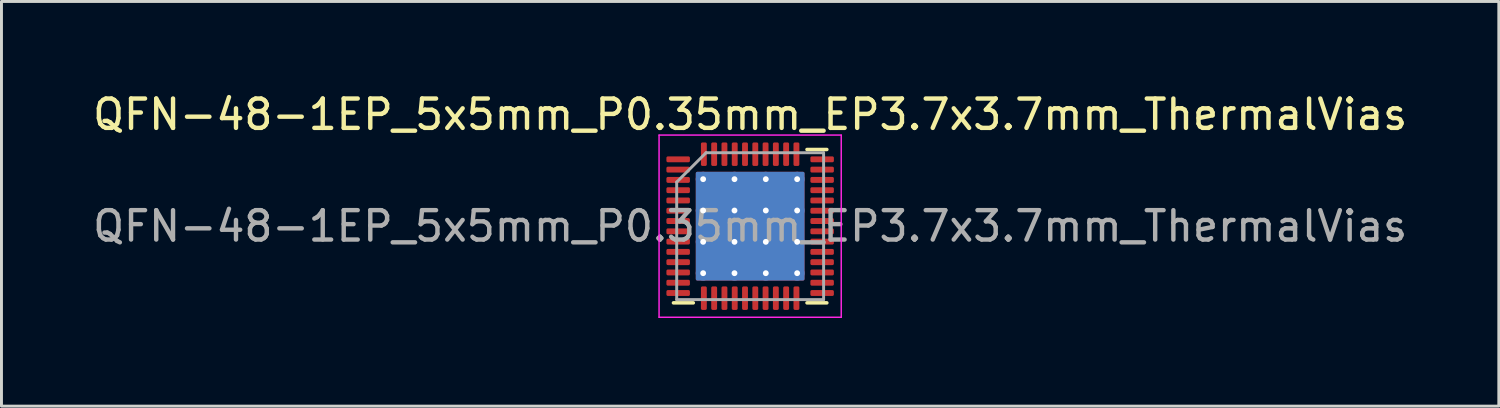
<source format=kicad_pcb>
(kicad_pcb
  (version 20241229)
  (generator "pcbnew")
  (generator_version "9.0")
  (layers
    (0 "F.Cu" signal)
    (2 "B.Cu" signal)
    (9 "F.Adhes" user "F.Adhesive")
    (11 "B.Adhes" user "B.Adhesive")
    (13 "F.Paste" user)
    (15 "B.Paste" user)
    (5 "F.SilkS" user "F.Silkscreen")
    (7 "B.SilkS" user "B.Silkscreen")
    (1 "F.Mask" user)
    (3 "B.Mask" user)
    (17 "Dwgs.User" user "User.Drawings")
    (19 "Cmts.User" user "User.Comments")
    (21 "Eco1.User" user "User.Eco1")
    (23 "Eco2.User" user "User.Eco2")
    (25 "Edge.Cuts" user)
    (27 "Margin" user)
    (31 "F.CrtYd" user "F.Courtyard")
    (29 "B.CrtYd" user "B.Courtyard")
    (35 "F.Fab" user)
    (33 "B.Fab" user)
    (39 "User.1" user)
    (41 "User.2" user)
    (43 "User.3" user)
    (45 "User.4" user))
  (footprint "QFN-48-1EP_5x5mm_P0.35mm_EP3.7x3.7mm_ThermalVias"
    (layer "F.Cu")
    (at 22.482 4.648)
    (property "Reference" "QFN-48-1EP_5x5mm_P0.35mm_EP3.7x3.7mm_ThermalVias" (at 0 -3.8 0) (layer "F.SilkS") (effects (font (size 1 1) (thickness 0.15))))
    (attr smd)
    (fp_line (start -1.935 2.61) (end -2.61 2.61) (stroke (width 0.12) (type solid)) (layer "F.SilkS"))
    (fp_line (start 1.935 -2.61) (end 2.61 -2.61) (stroke (width 0.12) (type solid)) (layer "F.SilkS"))
    (fp_line (start 1.935 2.61) (end 2.61 2.61) (stroke (width 0.12) (type solid)) (layer "F.SilkS"))
    (fp_line (start -3.1 -3.1) (end -3.1 3.1) (stroke (width 0.05) (type solid)) (layer "F.CrtYd"))
    (fp_line (start -3.1 3.1) (end 3.1 3.1) (stroke (width 0.05) (type solid)) (layer "F.CrtYd"))
    (fp_line (start 3.1 -3.1) (end -3.1 -3.1) (stroke (width 0.05) (type solid)) (layer "F.CrtYd"))
    (fp_line (start 3.1 3.1) (end 3.1 -3.1) (stroke (width 0.05) (type solid)) (layer "F.CrtYd"))
    (fp_line (start -2.5 -1.5) (end -1.5 -2.5) (stroke (width 0.1) (type solid)) (layer "F.Fab"))
    (fp_line (start -2.5 2.5) (end -2.5 -1.5) (stroke (width 0.1) (type solid)) (layer "F.Fab"))
    (fp_line (start -1.5 -2.5) (end 2.5 -2.5) (stroke (width 0.1) (type solid)) (layer "F.Fab"))
    (fp_line (start 2.5 -2.5) (end 2.5 2.5) (stroke (width 0.1) (type solid)) (layer "F.Fab"))
    (fp_line (start 2.5 2.5) (end -2.5 2.5) (stroke (width 0.1) (type solid)) (layer "F.Fab"))
    (fp_text user "${REFERENCE}" (at 0 0 0) (layer "F.Fab") (effects (font (size 1 1) (thickness 0.15))))
    (pad "" smd custom (at -1.067 -1.067) (size 0.834 0.834) (layers "F.Paste") (options (anchor circle)) (primitives (gr_poly (pts (xy -0.478 -0.306) (xy -0.306 -0.478) (xy 0.306 -0.478) (xy 0.478 -0.306) (xy 0.478 0.306) (xy 0.306 0.478) (xy -0.306 0.478) (xy -0.478 0.306)) (width 0) (fill yes))))
    (pad "" smd custom (at -1.067 0) (size 0.834 0.834) (layers "F.Paste") (options (anchor circle)) (primitives (gr_poly (pts (xy -0.478 -0.306) (xy -0.306 -0.478) (xy 0.306 -0.478) (xy 0.478 -0.306) (xy 0.478 0.306) (xy 0.306 0.478) (xy -0.306 0.478) (xy -0.478 0.306)) (width 0) (fill yes))))
    (pad "" smd custom (at -1.067 1.067) (size 0.834 0.834) (layers "F.Paste") (options (anchor circle)) (primitives (gr_poly (pts (xy -0.478 -0.306) (xy -0.306 -0.478) (xy 0.306 -0.478) (xy 0.478 -0.306) (xy 0.478 0.306) (xy 0.306 0.478) (xy -0.306 0.478) (xy -0.478 0.306)) (width 0) (fill yes))))
    (pad "" smd custom (at 0 -1.067) (size 0.834 0.834) (layers "F.Paste") (options (anchor circle)) (primitives (gr_poly (pts (xy -0.478 -0.306) (xy -0.306 -0.478) (xy 0.306 -0.478) (xy 0.478 -0.306) (xy 0.478 0.306) (xy 0.306 0.478) (xy -0.306 0.478) (xy -0.478 0.306)) (width 0) (fill yes))))
    (pad "" smd custom (at 0 0) (size 0.834 0.834) (layers "F.Paste") (options (anchor circle)) (primitives (gr_poly (pts (xy -0.478 -0.306) (xy -0.306 -0.478) (xy 0.306 -0.478) (xy 0.478 -0.306) (xy 0.478 0.306) (xy 0.306 0.478) (xy -0.306 0.478) (xy -0.478 0.306)) (width 0) (fill yes))))
    (pad "" smd custom (at 0 1.067) (size 0.834 0.834) (layers "F.Paste") (options (anchor circle)) (primitives (gr_poly (pts (xy -0.478 -0.306) (xy -0.306 -0.478) (xy 0.306 -0.478) (xy 0.478 -0.306) (xy 0.478 0.306) (xy 0.306 0.478) (xy -0.306 0.478) (xy -0.478 0.306)) (width 0) (fill yes))))
    (pad "" smd custom (at 1.067 -1.067) (size 0.834 0.834) (layers "F.Paste") (options (anchor circle)) (primitives (gr_poly (pts (xy -0.478 -0.306) (xy -0.306 -0.478) (xy 0.306 -0.478) (xy 0.478 -0.306) (xy 0.478 0.306) (xy 0.306 0.478) (xy -0.306 0.478) (xy -0.478 0.306)) (width 0) (fill yes))))
    (pad "" smd custom (at 1.067 0) (size 0.834 0.834) (layers "F.Paste") (options (anchor circle)) (primitives (gr_poly (pts (xy -0.478 -0.306) (xy -0.306 -0.478) (xy 0.306 -0.478) (xy 0.478 -0.306) (xy 0.478 0.306) (xy 0.306 0.478) (xy -0.306 0.478) (xy -0.478 0.306)) (width 0) (fill yes))))
    (pad "" smd custom (at 1.067 1.067) (size 0.834 0.834) (layers "F.Paste") (options (anchor circle)) (primitives (gr_poly (pts (xy -0.478 -0.306) (xy -0.306 -0.478) (xy 0.306 -0.478) (xy 0.478 -0.306) (xy 0.478 0.306) (xy 0.306 0.478) (xy -0.306 0.478) (xy -0.478 0.306)) (width 0) (fill yes))))
    (pad "1" smd roundrect (at -2.45 -2.275) (size 0.8 0.2) (layers "F.Cu" "F.Mask" "F.Paste") (roundrect_rratio 0.25))
    (pad "2" smd roundrect (at -2.45 -1.925) (size 0.8 0.2) (layers "F.Cu" "F.Mask" "F.Paste") (roundrect_rratio 0.25))
    (pad "3" smd roundrect (at -2.45 -1.575) (size 0.8 0.2) (layers "F.Cu" "F.Mask" "F.Paste") (roundrect_rratio 0.25))
    (pad "4" smd roundrect (at -2.45 -1.225) (size 0.8 0.2) (layers "F.Cu" "F.Mask" "F.Paste") (roundrect_rratio 0.25))
    (pad "5" smd roundrect (at -2.45 -0.875) (size 0.8 0.2) (layers "F.Cu" "F.Mask" "F.Paste") (roundrect_rratio 0.25))
    (pad "6" smd roundrect (at -2.45 -0.525) (size 0.8 0.2) (layers "F.Cu" "F.Mask" "F.Paste") (roundrect_rratio 0.25))
    (pad "7" smd roundrect (at -2.45 -0.175) (size 0.8 0.2) (layers "F.Cu" "F.Mask" "F.Paste") (roundrect_rratio 0.25))
    (pad "8" smd roundrect (at -2.45 0.175) (size 0.8 0.2) (layers "F.Cu" "F.Mask" "F.Paste") (roundrect_rratio 0.25))
    (pad "9" smd roundrect (at -2.45 0.525) (size 0.8 0.2) (layers "F.Cu" "F.Mask" "F.Paste") (roundrect_rratio 0.25))
    (pad "10" smd roundrect (at -2.45 0.875) (size 0.8 0.2) (layers "F.Cu" "F.Mask" "F.Paste") (roundrect_rratio 0.25))
    (pad "11" smd roundrect (at -2.45 1.225) (size 0.8 0.2) (layers "F.Cu" "F.Mask" "F.Paste") (roundrect_rratio 0.25))
    (pad "12" smd roundrect (at -2.45 1.575) (size 0.8 0.2) (layers "F.Cu" "F.Mask" "F.Paste") (roundrect_rratio 0.25))
    (pad "13" smd roundrect (at -2.45 1.925) (size 0.8 0.2) (layers "F.Cu" "F.Mask" "F.Paste") (roundrect_rratio 0.25))
    (pad "14" smd roundrect (at -2.45 2.275) (size 0.8 0.2) (layers "F.Cu" "F.Mask" "F.Paste") (roundrect_rratio 0.25))
    (pad "15" smd roundrect (at -1.575 2.45) (size 0.2 0.8) (layers "F.Cu" "F.Mask" "F.Paste") (roundrect_rratio 0.25))
    (pad "16" smd roundrect (at -1.225 2.45) (size 0.2 0.8) (layers "F.Cu" "F.Mask" "F.Paste") (roundrect_rratio 0.25))
    (pad "17" smd roundrect (at -0.875 2.45) (size 0.2 0.8) (layers "F.Cu" "F.Mask" "F.Paste") (roundrect_rratio 0.25))
    (pad "18" smd roundrect (at -0.525 2.45) (size 0.2 0.8) (layers "F.Cu" "F.Mask" "F.Paste") (roundrect_rratio 0.25))
    (pad "19" smd roundrect (at -0.175 2.45) (size 0.2 0.8) (layers "F.Cu" "F.Mask" "F.Paste") (roundrect_rratio 0.25))
    (pad "20" smd roundrect (at 0.175 2.45) (size 0.2 0.8) (layers "F.Cu" "F.Mask" "F.Paste") (roundrect_rratio 0.25))
    (pad "21" smd roundrect (at 0.525 2.45) (size 0.2 0.8) (layers "F.Cu" "F.Mask" "F.Paste") (roundrect_rratio 0.25))
    (pad "22" smd roundrect (at 0.875 2.45) (size 0.2 0.8) (layers "F.Cu" "F.Mask" "F.Paste") (roundrect_rratio 0.25))
    (pad "23" smd roundrect (at 1.225 2.45) (size 0.2 0.8) (layers "F.Cu" "F.Mask" "F.Paste") (roundrect_rratio 0.25))
    (pad "24" smd roundrect (at 1.575 2.45) (size 0.2 0.8) (layers "F.Cu" "F.Mask" "F.Paste") (roundrect_rratio 0.25))
    (pad "25" smd roundrect (at 2.45 2.275) (size 0.8 0.2) (layers "F.Cu" "F.Mask" "F.Paste") (roundrect_rratio 0.25))
    (pad "26" smd roundrect (at 2.45 1.925) (size 0.8 0.2) (layers "F.Cu" "F.Mask" "F.Paste") (roundrect_rratio 0.25))
    (pad "27" smd roundrect (at 2.45 1.575) (size 0.8 0.2) (layers "F.Cu" "F.Mask" "F.Paste") (roundrect_rratio 0.25))
    (pad "28" smd roundrect (at 2.45 1.225) (size 0.8 0.2) (layers "F.Cu" "F.Mask" "F.Paste") (roundrect_rratio 0.25))
    (pad "29" smd roundrect (at 2.45 0.875) (size 0.8 0.2) (layers "F.Cu" "F.Mask" "F.Paste") (roundrect_rratio 0.25))
    (pad "30" smd roundrect (at 2.45 0.525) (size 0.8 0.2) (layers "F.Cu" "F.Mask" "F.Paste") (roundrect_rratio 0.25))
    (pad "31" smd roundrect (at 2.45 0.175) (size 0.8 0.2) (layers "F.Cu" "F.Mask" "F.Paste") (roundrect_rratio 0.25))
    (pad "32" smd roundrect (at 2.45 -0.175) (size 0.8 0.2) (layers "F.Cu" "F.Mask" "F.Paste") (roundrect_rratio 0.25))
    (pad "33" smd roundrect (at 2.45 -0.525) (size 0.8 0.2) (layers "F.Cu" "F.Mask" "F.Paste") (roundrect_rratio 0.25))
    (pad "34" smd roundrect (at 2.45 -0.875) (size 0.8 0.2) (layers "F.Cu" "F.Mask" "F.Paste") (roundrect_rratio 0.25))
    (pad "35" smd roundrect (at 2.45 -1.225) (size 0.8 0.2) (layers "F.Cu" "F.Mask" "F.Paste") (roundrect_rratio 0.25))
    (pad "36" smd roundrect (at 2.45 -1.575) (size 0.8 0.2) (layers "F.Cu" "F.Mask" "F.Paste") (roundrect_rratio 0.25))
    (pad "37" smd roundrect (at 2.45 -1.925) (size 0.8 0.2) (layers "F.Cu" "F.Mask" "F.Paste") (roundrect_rratio 0.25))
    (pad "38" smd roundrect (at 2.45 -2.275) (size 0.8 0.2) (layers "F.Cu" "F.Mask" "F.Paste") (roundrect_rratio 0.25))
    (pad "39" smd roundrect (at 1.575 -2.45) (size 0.2 0.8) (layers "F.Cu" "F.Mask" "F.Paste") (roundrect_rratio 0.25))
    (pad "40" smd roundrect (at 1.225 -2.45) (size 0.2 0.8) (layers "F.Cu" "F.Mask" "F.Paste") (roundrect_rratio 0.25))
    (pad "41" smd roundrect (at 0.875 -2.45) (size 0.2 0.8) (layers "F.Cu" "F.Mask" "F.Paste") (roundrect_rratio 0.25))
    (pad "42" smd roundrect (at 0.525 -2.45) (size 0.2 0.8) (layers "F.Cu" "F.Mask" "F.Paste") (roundrect_rratio 0.25))
    (pad "43" smd roundrect (at 0.175 -2.45) (size 0.2 0.8) (layers "F.Cu" "F.Mask" "F.Paste") (roundrect_rratio 0.25))
    (pad "44" smd roundrect (at -0.175 -2.45) (size 0.2 0.8) (layers "F.Cu" "F.Mask" "F.Paste") (roundrect_rratio 0.25))
    (pad "45" smd roundrect (at -0.525 -2.45) (size 0.2 0.8) (layers "F.Cu" "F.Mask" "F.Paste") (roundrect_rratio 0.25))
    (pad "46" smd roundrect (at -0.875 -2.45) (size 0.2 0.8) (layers "F.Cu" "F.Mask" "F.Paste") (roundrect_rratio 0.25))
    (pad "47" smd roundrect (at -1.225 -2.45) (size 0.2 0.8) (layers "F.Cu" "F.Mask" "F.Paste") (roundrect_rratio 0.25))
    (pad "48" smd roundrect (at -1.575 -2.45) (size 0.2 0.8) (layers "F.Cu" "F.Mask" "F.Paste") (roundrect_rratio 0.25))
    (pad "49" thru_hole circle (at -1.6 -1.6) (size 0.5 0.5) (drill 0.2) (layers "*.Cu"))
    (pad "49" thru_hole circle (at -1.6 -0.533) (size 0.5 0.5) (drill 0.2) (layers "*.Cu"))
    (pad "49" thru_hole circle (at -1.6 0.533) (size 0.5 0.5) (drill 0.2) (layers "*.Cu"))
    (pad "49" thru_hole circle (at -1.6 1.6) (size 0.5 0.5) (drill 0.2) (layers "*.Cu"))
    (pad "49" thru_hole circle (at -0.533 -1.6) (size 0.5 0.5) (drill 0.2) (layers "*.Cu"))
    (pad "49" thru_hole circle (at -0.533 -0.533) (size 0.5 0.5) (drill 0.2) (layers "*.Cu"))
    (pad "49" thru_hole circle (at -0.533 0.533) (size 0.5 0.5) (drill 0.2) (layers "*.Cu"))
    (pad "49" thru_hole circle (at -0.533 1.6) (size 0.5 0.5) (drill 0.2) (layers "*.Cu"))
    (pad "49" smd roundrect (at 0 0) (size 3.7 3.7) (layers "F.Cu" "F.Mask") (roundrect_rratio 0.014))
    (pad "49" smd roundrect (at 0 0) (size 3.7 3.7) (layers "B.Cu") (roundrect_rratio 0.014))
    (pad "49" thru_hole circle (at 0.533 -1.6) (size 0.5 0.5) (drill 0.2) (layers "*.Cu"))
    (pad "49" thru_hole circle (at 0.533 -0.533) (size 0.5 0.5) (drill 0.2) (layers "*.Cu"))
    (pad "49" thru_hole circle (at 0.533 0.533) (size 0.5 0.5) (drill 0.2) (layers "*.Cu"))
    (pad "49" thru_hole circle (at 0.533 1.6) (size 0.5 0.5) (drill 0.2) (layers "*.Cu"))
    (pad "49" thru_hole circle (at 1.6 -1.6) (size 0.5 0.5) (drill 0.2) (layers "*.Cu"))
    (pad "49" thru_hole circle (at 1.6 -0.533) (size 0.5 0.5) (drill 0.2) (layers "*.Cu"))
    (pad "49" thru_hole circle (at 1.6 0.533) (size 0.5 0.5) (drill 0.2) (layers "*.Cu"))
    (pad "49" thru_hole circle (at 1.6 1.6) (size 0.5 0.5) (drill 0.2) (layers "*.Cu")))
  (gr_rect
    (start -3 -3)
    (end 47.964 10.773)
    (stroke (width 0.1) (type default))
    (fill no)
    (layer "Edge.Cuts")))
</source>
